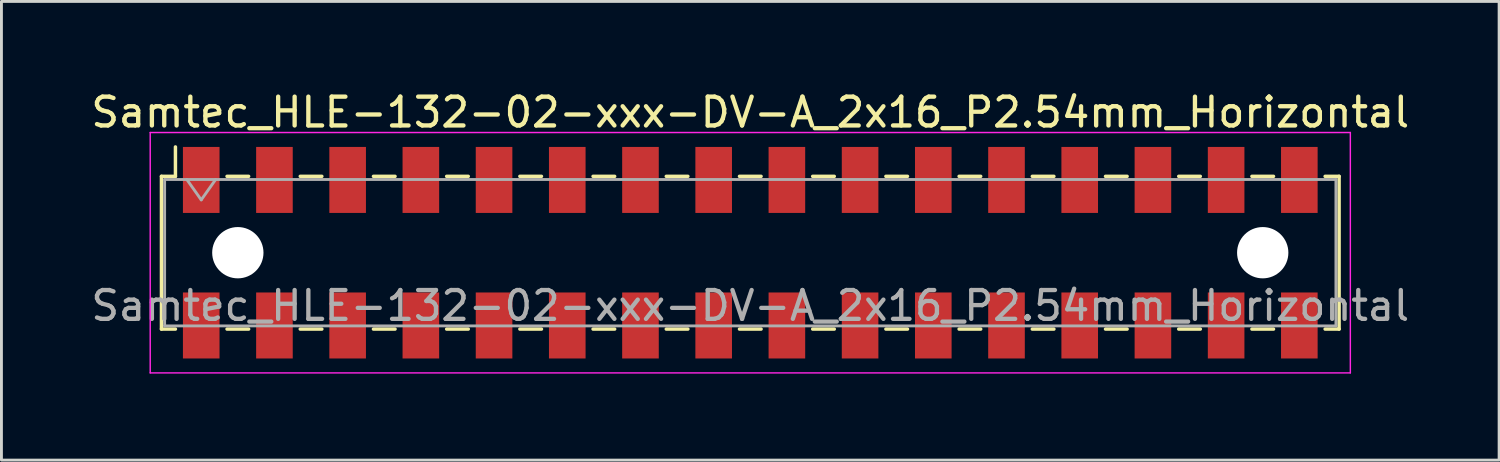
<source format=kicad_pcb>
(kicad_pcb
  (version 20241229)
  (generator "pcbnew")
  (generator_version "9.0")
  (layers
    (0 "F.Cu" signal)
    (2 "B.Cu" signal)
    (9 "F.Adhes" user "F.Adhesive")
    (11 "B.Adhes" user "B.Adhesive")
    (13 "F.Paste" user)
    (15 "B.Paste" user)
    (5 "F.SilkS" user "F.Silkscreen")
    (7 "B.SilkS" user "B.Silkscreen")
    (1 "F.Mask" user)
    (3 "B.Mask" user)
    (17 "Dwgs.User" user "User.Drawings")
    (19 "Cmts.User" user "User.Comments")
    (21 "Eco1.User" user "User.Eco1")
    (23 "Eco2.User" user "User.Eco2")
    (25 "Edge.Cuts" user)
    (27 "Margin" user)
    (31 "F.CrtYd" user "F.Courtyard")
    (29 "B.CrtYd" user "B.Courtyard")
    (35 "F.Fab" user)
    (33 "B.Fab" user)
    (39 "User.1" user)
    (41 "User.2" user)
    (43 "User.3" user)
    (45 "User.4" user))
  (footprint "Samtec_HLE-132-02-xxx-DV-A_2x16_P2.54mm_Horizontal"
    (layer "F.Cu")
    (at 22.982 5.718)
    (property "Reference" "Samtec_HLE-132-02-xxx-DV-A_2x16_P2.54mm_Horizontal" (at 0 -4.87 0) (layer "F.SilkS") (effects (font (size 1 1) (thickness 0.15))))
    (attr smd)
    (fp_line (start -20.43 -2.65) (end -20.43 2.65) (stroke (width 0.12) (type solid)) (layer "F.SilkS"))
    (fp_line (start -20.43 2.65) (end -19.945 2.65) (stroke (width 0.12) (type solid)) (layer "F.SilkS"))
    (fp_line (start -19.945 -3.67) (end -19.945 -2.65) (stroke (width 0.12) (type solid)) (layer "F.SilkS"))
    (fp_line (start -19.945 -2.65) (end -20.43 -2.65) (stroke (width 0.12) (type solid)) (layer "F.SilkS"))
    (fp_line (start -18.155 -2.65) (end -17.405 -2.65) (stroke (width 0.12) (type solid)) (layer "F.SilkS"))
    (fp_line (start -18.155 2.65) (end -17.405 2.65) (stroke (width 0.12) (type solid)) (layer "F.SilkS"))
    (fp_line (start -15.615 -2.65) (end -14.865 -2.65) (stroke (width 0.12) (type solid)) (layer "F.SilkS"))
    (fp_line (start -15.615 2.65) (end -14.865 2.65) (stroke (width 0.12) (type solid)) (layer "F.SilkS"))
    (fp_line (start -13.075 -2.65) (end -12.325 -2.65) (stroke (width 0.12) (type solid)) (layer "F.SilkS"))
    (fp_line (start -13.075 2.65) (end -12.325 2.65) (stroke (width 0.12) (type solid)) (layer "F.SilkS"))
    (fp_line (start -10.535 -2.65) (end -9.785 -2.65) (stroke (width 0.12) (type solid)) (layer "F.SilkS"))
    (fp_line (start -10.535 2.65) (end -9.785 2.65) (stroke (width 0.12) (type solid)) (layer "F.SilkS"))
    (fp_line (start -7.995 -2.65) (end -7.245 -2.65) (stroke (width 0.12) (type solid)) (layer "F.SilkS"))
    (fp_line (start -7.995 2.65) (end -7.245 2.65) (stroke (width 0.12) (type solid)) (layer "F.SilkS"))
    (fp_line (start -5.455 -2.65) (end -4.705 -2.65) (stroke (width 0.12) (type solid)) (layer "F.SilkS"))
    (fp_line (start -5.455 2.65) (end -4.705 2.65) (stroke (width 0.12) (type solid)) (layer "F.SilkS"))
    (fp_line (start -2.915 -2.65) (end -2.165 -2.65) (stroke (width 0.12) (type solid)) (layer "F.SilkS"))
    (fp_line (start -2.915 2.65) (end -2.165 2.65) (stroke (width 0.12) (type solid)) (layer "F.SilkS"))
    (fp_line (start -0.375 -2.65) (end 0.375 -2.65) (stroke (width 0.12) (type solid)) (layer "F.SilkS"))
    (fp_line (start -0.375 2.65) (end 0.375 2.65) (stroke (width 0.12) (type solid)) (layer "F.SilkS"))
    (fp_line (start 2.165 -2.65) (end 2.915 -2.65) (stroke (width 0.12) (type solid)) (layer "F.SilkS"))
    (fp_line (start 2.165 2.65) (end 2.915 2.65) (stroke (width 0.12) (type solid)) (layer "F.SilkS"))
    (fp_line (start 4.705 -2.65) (end 5.455 -2.65) (stroke (width 0.12) (type solid)) (layer "F.SilkS"))
    (fp_line (start 4.705 2.65) (end 5.455 2.65) (stroke (width 0.12) (type solid)) (layer "F.SilkS"))
    (fp_line (start 7.245 -2.65) (end 7.995 -2.65) (stroke (width 0.12) (type solid)) (layer "F.SilkS"))
    (fp_line (start 7.245 2.65) (end 7.995 2.65) (stroke (width 0.12) (type solid)) (layer "F.SilkS"))
    (fp_line (start 9.785 -2.65) (end 10.535 -2.65) (stroke (width 0.12) (type solid)) (layer "F.SilkS"))
    (fp_line (start 9.785 2.65) (end 10.535 2.65) (stroke (width 0.12) (type solid)) (layer "F.SilkS"))
    (fp_line (start 12.325 -2.65) (end 13.075 -2.65) (stroke (width 0.12) (type solid)) (layer "F.SilkS"))
    (fp_line (start 12.325 2.65) (end 13.075 2.65) (stroke (width 0.12) (type solid)) (layer "F.SilkS"))
    (fp_line (start 14.865 -2.65) (end 15.615 -2.65) (stroke (width 0.12) (type solid)) (layer "F.SilkS"))
    (fp_line (start 14.865 2.65) (end 15.615 2.65) (stroke (width 0.12) (type solid)) (layer "F.SilkS"))
    (fp_line (start 17.405 -2.65) (end 18.155 -2.65) (stroke (width 0.12) (type solid)) (layer "F.SilkS"))
    (fp_line (start 17.405 2.65) (end 18.155 2.65) (stroke (width 0.12) (type solid)) (layer "F.SilkS"))
    (fp_line (start 19.945 -2.65) (end 20.43 -2.65) (stroke (width 0.12) (type solid)) (layer "F.SilkS"))
    (fp_line (start 20.43 -2.65) (end 20.43 2.65) (stroke (width 0.12) (type solid)) (layer "F.SilkS"))
    (fp_line (start 20.43 2.65) (end 19.945 2.65) (stroke (width 0.12) (type solid)) (layer "F.SilkS"))
    (fp_line (start -20.82 -4.17) (end 20.82 -4.17) (stroke (width 0.05) (type solid)) (layer "F.CrtYd"))
    (fp_line (start -20.82 4.17) (end -20.82 -4.17) (stroke (width 0.05) (type solid)) (layer "F.CrtYd"))
    (fp_line (start 20.82 -4.17) (end 20.82 4.17) (stroke (width 0.05) (type solid)) (layer "F.CrtYd"))
    (fp_line (start 20.82 4.17) (end -20.82 4.17) (stroke (width 0.05) (type solid)) (layer "F.CrtYd"))
    (fp_line (start -20.32 -2.54) (end 20.32 -2.54) (stroke (width 0.1) (type solid)) (layer "F.Fab"))
    (fp_line (start -20.32 2.54) (end -20.32 -2.54) (stroke (width 0.1) (type solid)) (layer "F.Fab"))
    (fp_line (start -19.55 -2.54) (end -19.05 -1.833) (stroke (width 0.1) (type solid)) (layer "F.Fab"))
    (fp_line (start -19.05 -1.833) (end -18.55 -2.54) (stroke (width 0.1) (type solid)) (layer "F.Fab"))
    (fp_line (start 20.32 -2.54) (end 20.32 2.54) (stroke (width 0.1) (type solid)) (layer "F.Fab"))
    (fp_line (start 20.32 2.54) (end -20.32 2.54) (stroke (width 0.1) (type solid)) (layer "F.Fab"))
    (fp_text user "${REFERENCE}" (at 0 1.84 0) (layer "F.Fab") (effects (font (size 1 1) (thickness 0.15))))
    (pad "" np_thru_hole circle (at -17.78 0) (size 1.78 1.78) (drill 1.78) (layers "*.Cu" "*.Mask"))
    (pad "" np_thru_hole circle (at 17.78 0) (size 1.78 1.78) (drill 1.78) (layers "*.Cu" "*.Mask"))
    (pad "1" smd rect (at -19.05 -2.525) (size 1.27 2.29) (layers "F.Cu" "F.Mask" "F.Paste"))
    (pad "2" smd rect (at -19.05 2.525) (size 1.27 2.29) (layers "F.Cu" "F.Mask" "F.Paste"))
    (pad "3" smd rect (at -16.51 -2.525) (size 1.27 2.29) (layers "F.Cu" "F.Mask" "F.Paste"))
    (pad "4" smd rect (at -16.51 2.525) (size 1.27 2.29) (layers "F.Cu" "F.Mask" "F.Paste"))
    (pad "5" smd rect (at -13.97 -2.525) (size 1.27 2.29) (layers "F.Cu" "F.Mask" "F.Paste"))
    (pad "6" smd rect (at -13.97 2.525) (size 1.27 2.29) (layers "F.Cu" "F.Mask" "F.Paste"))
    (pad "7" smd rect (at -11.43 -2.525) (size 1.27 2.29) (layers "F.Cu" "F.Mask" "F.Paste"))
    (pad "8" smd rect (at -11.43 2.525) (size 1.27 2.29) (layers "F.Cu" "F.Mask" "F.Paste"))
    (pad "9" smd rect (at -8.89 -2.525) (size 1.27 2.29) (layers "F.Cu" "F.Mask" "F.Paste"))
    (pad "10" smd rect (at -8.89 2.525) (size 1.27 2.29) (layers "F.Cu" "F.Mask" "F.Paste"))
    (pad "11" smd rect (at -6.35 -2.525) (size 1.27 2.29) (layers "F.Cu" "F.Mask" "F.Paste"))
    (pad "12" smd rect (at -6.35 2.525) (size 1.27 2.29) (layers "F.Cu" "F.Mask" "F.Paste"))
    (pad "13" smd rect (at -3.81 -2.525) (size 1.27 2.29) (layers "F.Cu" "F.Mask" "F.Paste"))
    (pad "14" smd rect (at -3.81 2.525) (size 1.27 2.29) (layers "F.Cu" "F.Mask" "F.Paste"))
    (pad "15" smd rect (at -1.27 -2.525) (size 1.27 2.29) (layers "F.Cu" "F.Mask" "F.Paste"))
    (pad "16" smd rect (at -1.27 2.525) (size 1.27 2.29) (layers "F.Cu" "F.Mask" "F.Paste"))
    (pad "17" smd rect (at 1.27 -2.525) (size 1.27 2.29) (layers "F.Cu" "F.Mask" "F.Paste"))
    (pad "18" smd rect (at 1.27 2.525) (size 1.27 2.29) (layers "F.Cu" "F.Mask" "F.Paste"))
    (pad "19" smd rect (at 3.81 -2.525) (size 1.27 2.29) (layers "F.Cu" "F.Mask" "F.Paste"))
    (pad "20" smd rect (at 3.81 2.525) (size 1.27 2.29) (layers "F.Cu" "F.Mask" "F.Paste"))
    (pad "21" smd rect (at 6.35 -2.525) (size 1.27 2.29) (layers "F.Cu" "F.Mask" "F.Paste"))
    (pad "22" smd rect (at 6.35 2.525) (size 1.27 2.29) (layers "F.Cu" "F.Mask" "F.Paste"))
    (pad "23" smd rect (at 8.89 -2.525) (size 1.27 2.29) (layers "F.Cu" "F.Mask" "F.Paste"))
    (pad "24" smd rect (at 8.89 2.525) (size 1.27 2.29) (layers "F.Cu" "F.Mask" "F.Paste"))
    (pad "25" smd rect (at 11.43 -2.525) (size 1.27 2.29) (layers "F.Cu" "F.Mask" "F.Paste"))
    (pad "26" smd rect (at 11.43 2.525) (size 1.27 2.29) (layers "F.Cu" "F.Mask" "F.Paste"))
    (pad "27" smd rect (at 13.97 -2.525) (size 1.27 2.29) (layers "F.Cu" "F.Mask" "F.Paste"))
    (pad "28" smd rect (at 13.97 2.525) (size 1.27 2.29) (layers "F.Cu" "F.Mask" "F.Paste"))
    (pad "29" smd rect (at 16.51 -2.525) (size 1.27 2.29) (layers "F.Cu" "F.Mask" "F.Paste"))
    (pad "30" smd rect (at 16.51 2.525) (size 1.27 2.29) (layers "F.Cu" "F.Mask" "F.Paste"))
    (pad "31" smd rect (at 19.05 -2.525) (size 1.27 2.29) (layers "F.Cu" "F.Mask" "F.Paste"))
    (pad "32" smd rect (at 19.05 2.525) (size 1.27 2.29) (layers "F.Cu" "F.Mask" "F.Paste")))
  (gr_rect
    (start -3 -3)
    (end 48.964 12.913)
    (stroke (width 0.1) (type default))
    (fill no)
    (layer "Edge.Cuts")))
</source>
